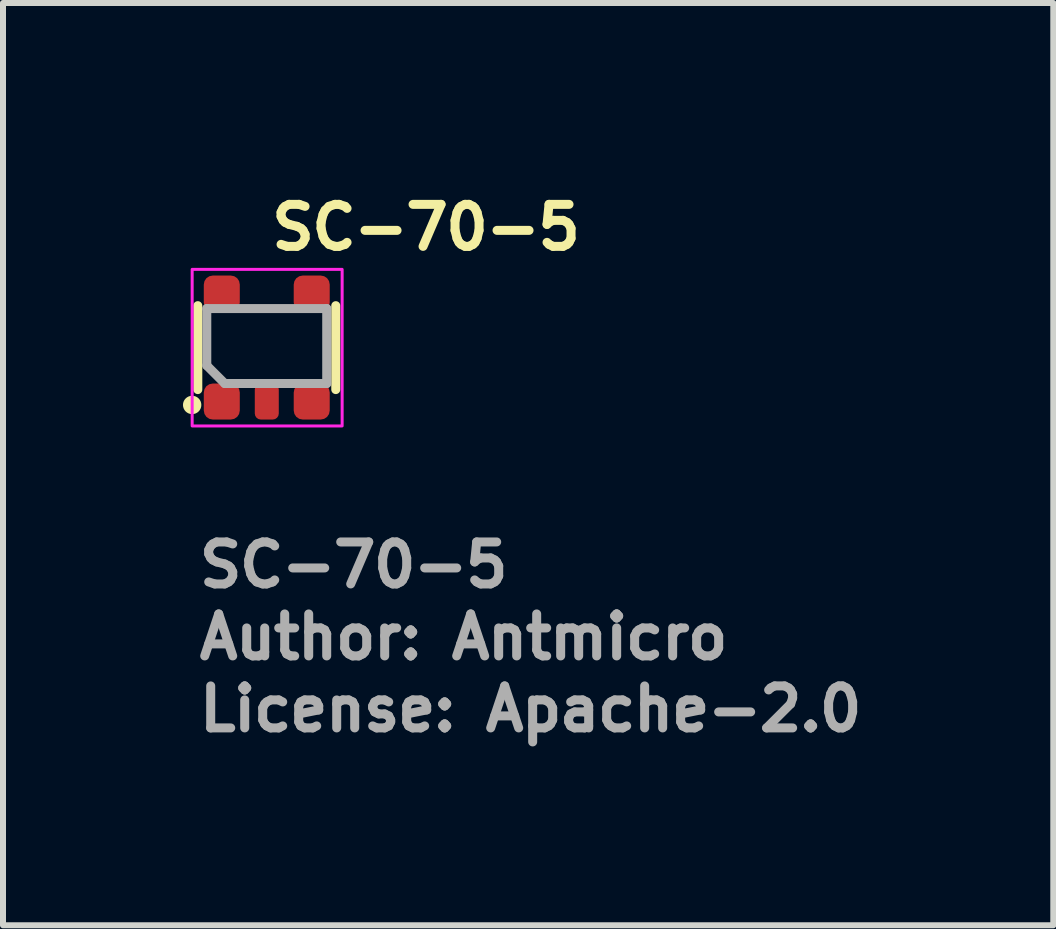
<source format=kicad_pcb>
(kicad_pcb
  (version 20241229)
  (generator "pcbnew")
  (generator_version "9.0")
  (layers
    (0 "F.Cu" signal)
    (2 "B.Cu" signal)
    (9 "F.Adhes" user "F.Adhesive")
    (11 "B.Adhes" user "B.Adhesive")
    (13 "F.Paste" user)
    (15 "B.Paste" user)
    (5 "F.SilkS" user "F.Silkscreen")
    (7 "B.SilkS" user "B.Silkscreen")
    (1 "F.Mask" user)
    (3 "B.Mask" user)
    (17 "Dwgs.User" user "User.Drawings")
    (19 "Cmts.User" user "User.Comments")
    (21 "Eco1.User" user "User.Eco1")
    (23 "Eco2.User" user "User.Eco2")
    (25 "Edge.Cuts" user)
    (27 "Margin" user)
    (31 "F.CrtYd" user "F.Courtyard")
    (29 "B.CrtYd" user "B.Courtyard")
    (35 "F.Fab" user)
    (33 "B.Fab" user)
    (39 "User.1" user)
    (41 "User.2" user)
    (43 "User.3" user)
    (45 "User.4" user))
  (footprint "SC-70-5"
    (layer "F.Cu")
    (at 1.403 2.75)
    (property "Reference" "SC-70-5" (at 0 -1.6 180) (layer "F.SilkS") (effects (font (size 0.7 0.7) (thickness 0.15)) (justify left bottom)))
    (attr smd)
    (fp_line (start -1.156 0.694) (end -1.156 -0.705) (stroke (width 0.15) (type solid)) (layer "F.SilkS"))
    (fp_line (start 1.144 0.694) (end 1.144 -0.705) (stroke (width 0.15) (type solid)) (layer "F.SilkS"))
    (fp_circle (center -1.25 0.95) (end -1.19 1) (stroke (width 0.15) (type solid)) (fill yes) (layer "F.SilkS"))
    (fp_rect (start 1.25 -1.31) (end -1.25 1.3) (stroke (width 0.05) (type solid)) (fill no) (layer "F.CrtYd"))
    (fp_line (start -1.006 -0.657) (end 0.993 -0.657) (stroke (width 0.15) (type solid)) (layer "F.Fab"))
    (fp_line (start -1.006 0.293) (end -1.006 -0.657) (stroke (width 0.15) (type solid)) (layer "F.Fab"))
    (fp_line (start -1.006 0.293) (end -0.706 0.593) (stroke (width 0.15) (type solid)) (layer "F.Fab"))
    (fp_line (start 0.993 -0.657) (end 0.993 0.593) (stroke (width 0.15) (type solid)) (layer "F.Fab"))
    (fp_line (start 0.993 0.593) (end -0.706 0.593) (stroke (width 0.15) (type solid)) (layer "F.Fab"))
    (fp_rect (start -1 -1.051) (end 0.998 1.048) (stroke (width 0.1) (type solid)) (fill no) (layer "User.5"))
    (fp_line (start -1 -0.626) (end -1 0.623) (stroke (width 0.02) (type solid)) (layer "User.9"))
    (fp_line (start -1 0.623) (end -0.763 0.623) (stroke (width 0.02) (type solid)) (layer "User.9"))
    (fp_line (start -0.964 -0.589) (end -1 -0.626) (stroke (width 0.02) (type solid)) (layer "User.9"))
    (fp_line (start -0.964 -0.589) (end -0.964 0.587) (stroke (width 0.02) (type solid)) (layer "User.9"))
    (fp_line (start -0.964 0.587) (end -1 0.623) (stroke (width 0.02) (type solid)) (layer "User.9"))
    (fp_line (start -0.964 0.587) (end 0.962 0.587) (stroke (width 0.02) (type solid)) (layer "User.9"))
    (fp_line (start -0.888 0.34) (end -0.888 0.348) (stroke (width 0.02) (type solid)) (layer "User.9"))
    (fp_line (start -0.888 0.348) (end -0.888 0.355) (stroke (width 0.02) (type solid)) (layer "User.9"))
    (fp_line (start -0.888 0.355) (end -0.887 0.363) (stroke (width 0.02) (type solid)) (layer "User.9"))
    (fp_line (start -0.887 0.332) (end -0.888 0.34) (stroke (width 0.02) (type solid)) (layer "User.9"))
    (fp_line (start -0.887 0.363) (end -0.886 0.371) (stroke (width 0.02) (type solid)) (layer "User.9"))
    (fp_line (start -0.886 0.324) (end -0.887 0.332) (stroke (width 0.02) (type solid)) (layer "User.9"))
    (fp_line (start -0.886 0.371) (end -0.884 0.379) (stroke (width 0.02) (type solid)) (layer "User.9"))
    (fp_line (start -0.884 0.315) (end -0.886 0.324) (stroke (width 0.02) (type solid)) (layer "User.9"))
    (fp_line (start -0.884 0.379) (end -0.881 0.388) (stroke (width 0.02) (type solid)) (layer "User.9"))
    (fp_line (start -0.881 0.307) (end -0.884 0.315) (stroke (width 0.02) (type solid)) (layer "User.9"))
    (fp_line (start -0.881 0.388) (end -0.879 0.396) (stroke (width 0.02) (type solid)) (layer "User.9"))
    (fp_line (start -0.879 0.3) (end -0.881 0.307) (stroke (width 0.02) (type solid)) (layer "User.9"))
    (fp_line (start -0.879 0.396) (end -0.875 0.403) (stroke (width 0.02) (type solid)) (layer "User.9"))
    (fp_line (start -0.875 0.292) (end -0.879 0.3) (stroke (width 0.02) (type solid)) (layer "User.9"))
    (fp_line (start -0.875 0.403) (end -0.871 0.411) (stroke (width 0.02) (type solid)) (layer "User.9"))
    (fp_line (start -0.871 0.286) (end -0.875 0.292) (stroke (width 0.02) (type solid)) (layer "User.9"))
    (fp_line (start -0.871 0.286) (end -0.871 0.286) (stroke (width 0.02) (type solid)) (layer "User.9"))
    (fp_line (start -0.871 0.411) (end -0.871 0.411) (stroke (width 0.02) (type solid)) (layer "User.9"))
    (fp_line (start -0.871 0.411) (end -0.869 0.414) (stroke (width 0.02) (type solid)) (layer "User.9"))
    (fp_line (start -0.869 0.414) (end -0.867 0.417) (stroke (width 0.02) (type solid)) (layer "User.9"))
    (fp_line (start -0.867 0.279) (end -0.871 0.286) (stroke (width 0.02) (type solid)) (layer "User.9"))
    (fp_line (start -0.867 0.417) (end -0.864 0.42) (stroke (width 0.02) (type solid)) (layer "User.9"))
    (fp_line (start -0.864 0.42) (end -0.862 0.423) (stroke (width 0.02) (type solid)) (layer "User.9"))
    (fp_line (start -0.862 0.272) (end -0.867 0.279) (stroke (width 0.02) (type solid)) (layer "User.9"))
    (fp_line (start -0.862 0.423) (end -0.859 0.427) (stroke (width 0.02) (type solid)) (layer "User.9"))
    (fp_line (start -0.859 0.427) (end -0.857 0.43) (stroke (width 0.02) (type solid)) (layer "User.9"))
    (fp_line (start -0.857 0.266) (end -0.862 0.272) (stroke (width 0.02) (type solid)) (layer "User.9"))
    (fp_line (start -0.857 0.43) (end -0.854 0.433) (stroke (width 0.02) (type solid)) (layer "User.9"))
    (fp_line (start -0.854 0.433) (end -0.851 0.436) (stroke (width 0.02) (type solid)) (layer "User.9"))
    (fp_line (start -0.851 0.26) (end -0.857 0.266) (stroke (width 0.02) (type solid)) (layer "User.9"))
    (fp_line (start -0.851 0.436) (end -0.848 0.439) (stroke (width 0.02) (type solid)) (layer "User.9"))
    (fp_line (start -0.848 0.439) (end -0.845 0.441) (stroke (width 0.02) (type solid)) (layer "User.9"))
    (fp_line (start -0.845 0.253) (end -0.851 0.26) (stroke (width 0.02) (type solid)) (layer "User.9"))
    (fp_line (start -0.845 0.441) (end -0.842 0.444) (stroke (width 0.02) (type solid)) (layer "User.9"))
    (fp_line (start -0.842 0.444) (end -0.839 0.446) (stroke (width 0.02) (type solid)) (layer "User.9"))
    (fp_line (start -0.839 0.248) (end -0.845 0.253) (stroke (width 0.02) (type solid)) (layer "User.9"))
    (fp_line (start -0.839 0.446) (end -0.836 0.45) (stroke (width 0.02) (type solid)) (layer "User.9"))
    (fp_line (start -0.836 0.45) (end -0.833 0.452) (stroke (width 0.02) (type solid)) (layer "User.9"))
    (fp_line (start -0.833 0.243) (end -0.839 0.248) (stroke (width 0.02) (type solid)) (layer "User.9"))
    (fp_line (start -0.833 0.452) (end -0.83 0.454) (stroke (width 0.02) (type solid)) (layer "User.9"))
    (fp_line (start -0.83 0.454) (end -0.826 0.456) (stroke (width 0.02) (type solid)) (layer "User.9"))
    (fp_line (start -0.826 0.239) (end -0.833 0.243) (stroke (width 0.02) (type solid)) (layer "User.9"))
    (fp_line (start -0.826 0.456) (end -0.823 0.458) (stroke (width 0.02) (type solid)) (layer "User.9"))
    (fp_line (start -0.823 0.458) (end -0.819 0.46) (stroke (width 0.02) (type solid)) (layer "User.9"))
    (fp_line (start -0.819 0.236) (end -0.826 0.239) (stroke (width 0.02) (type solid)) (layer "User.9"))
    (fp_line (start -0.819 0.46) (end -0.816 0.462) (stroke (width 0.02) (type solid)) (layer "User.9"))
    (fp_line (start -0.816 0.462) (end -0.812 0.464) (stroke (width 0.02) (type solid)) (layer "User.9"))
    (fp_line (start -0.812 0.233) (end -0.819 0.236) (stroke (width 0.02) (type solid)) (layer "User.9"))
    (fp_line (start -0.812 0.464) (end -0.808 0.465) (stroke (width 0.02) (type solid)) (layer "User.9"))
    (fp_line (start -0.808 0.465) (end -0.804 0.466) (stroke (width 0.02) (type solid)) (layer "User.9"))
    (fp_line (start -0.804 0.23) (end -0.812 0.233) (stroke (width 0.02) (type solid)) (layer "User.9"))
    (fp_line (start -0.804 0.466) (end -0.801 0.468) (stroke (width 0.02) (type solid)) (layer "User.9"))
    (fp_line (start -0.801 0.468) (end -0.797 0.469) (stroke (width 0.02) (type solid)) (layer "User.9"))
    (fp_line (start -0.797 0.227) (end -0.804 0.23) (stroke (width 0.02) (type solid)) (layer "User.9"))
    (fp_line (start -0.797 0.469) (end -0.793 0.47) (stroke (width 0.02) (type solid)) (layer "User.9"))
    (fp_line (start -0.793 0.47) (end -0.789 0.471) (stroke (width 0.02) (type solid)) (layer "User.9"))
    (fp_line (start -0.789 0.226) (end -0.797 0.227) (stroke (width 0.02) (type solid)) (layer "User.9"))
    (fp_line (start -0.789 0.471) (end -0.785 0.471) (stroke (width 0.02) (type solid)) (layer "User.9"))
    (fp_line (start -0.785 0.471) (end -0.781 0.472) (stroke (width 0.02) (type solid)) (layer "User.9"))
    (fp_line (start -0.781 0.224) (end -0.789 0.226) (stroke (width 0.02) (type solid)) (layer "User.9"))
    (fp_line (start -0.781 0.472) (end -0.776 0.473) (stroke (width 0.02) (type solid)) (layer "User.9"))
    (fp_line (start -0.776 0.473) (end -0.772 0.473) (stroke (width 0.02) (type solid)) (layer "User.9"))
    (fp_line (start -0.772 0.222) (end -0.781 0.224) (stroke (width 0.02) (type solid)) (layer "User.9"))
    (fp_line (start -0.772 0.473) (end -0.767 0.473) (stroke (width 0.02) (type solid)) (layer "User.9"))
    (fp_line (start -0.767 0.473) (end -0.763 0.473) (stroke (width 0.02) (type solid)) (layer "User.9"))
    (fp_line (start -0.763 -1.051) (end -0.763 -0.887) (stroke (width 0.02) (type solid)) (layer "User.9"))
    (fp_line (start -0.763 -0.887) (end -0.763 -0.837) (stroke (width 0.02) (type solid)) (layer "User.9"))
    (fp_line (start -0.763 -0.837) (end -0.763 -0.81) (stroke (width 0.02) (type solid)) (layer "User.9"))
    (fp_line (start -0.763 -0.81) (end -0.763 -0.66) (stroke (width 0.02) (type solid)) (layer "User.9"))
    (fp_line (start -0.763 -0.66) (end -0.763 -0.604) (stroke (width 0.02) (type solid)) (layer "User.9"))
    (fp_line (start -0.763 -0.626) (end -1 -0.626) (stroke (width 0.02) (type solid)) (layer "User.9"))
    (fp_line (start -0.763 0.222) (end -0.772 0.222) (stroke (width 0.02) (type solid)) (layer "User.9"))
    (fp_line (start -0.763 0.473) (end -0.755 0.473) (stroke (width 0.02) (type solid)) (layer "User.9"))
    (fp_line (start -0.763 0.658) (end -0.763 0.602) (stroke (width 0.02) (type solid)) (layer "User.9"))
    (fp_line (start -0.763 0.808) (end -0.763 0.658) (stroke (width 0.02) (type solid)) (layer "User.9"))
    (fp_line (start -0.763 0.835) (end -0.763 0.808) (stroke (width 0.02) (type solid)) (layer "User.9"))
    (fp_line (start -0.763 0.885) (end -0.763 0.835) (stroke (width 0.02) (type solid)) (layer "User.9"))
    (fp_line (start -0.763 1.048) (end -0.763 0.885) (stroke (width 0.02) (type solid)) (layer "User.9"))
    (fp_line (start -0.763 1.048) (end -0.539 1.048) (stroke (width 0.02) (type solid)) (layer "User.9"))
    (fp_line (start -0.759 0.222) (end -0.763 0.222) (stroke (width 0.02) (type solid)) (layer "User.9"))
    (fp_line (start -0.755 0.222) (end -0.759 0.222) (stroke (width 0.02) (type solid)) (layer "User.9"))
    (fp_line (start -0.755 0.473) (end -0.746 0.472) (stroke (width 0.02) (type solid)) (layer "User.9"))
    (fp_line (start -0.751 0.224) (end -0.755 0.222) (stroke (width 0.02) (type solid)) (layer "User.9"))
    (fp_line (start -0.746 0.224) (end -0.751 0.224) (stroke (width 0.02) (type solid)) (layer "User.9"))
    (fp_line (start -0.746 0.472) (end -0.738 0.471) (stroke (width 0.02) (type solid)) (layer "User.9"))
    (fp_line (start -0.742 0.225) (end -0.746 0.224) (stroke (width 0.02) (type solid)) (layer "User.9"))
    (fp_line (start -0.738 0.226) (end -0.742 0.225) (stroke (width 0.02) (type solid)) (layer "User.9"))
    (fp_line (start -0.738 0.471) (end -0.73 0.469) (stroke (width 0.02) (type solid)) (layer "User.9"))
    (fp_line (start -0.734 0.226) (end -0.738 0.226) (stroke (width 0.02) (type solid)) (layer "User.9"))
    (fp_line (start -0.73 0.227) (end -0.734 0.226) (stroke (width 0.02) (type solid)) (layer "User.9"))
    (fp_line (start -0.73 0.469) (end -0.723 0.466) (stroke (width 0.02) (type solid)) (layer "User.9"))
    (fp_line (start -0.726 0.229) (end -0.73 0.227) (stroke (width 0.02) (type solid)) (layer "User.9"))
    (fp_line (start -0.723 0.23) (end -0.726 0.229) (stroke (width 0.02) (type solid)) (layer "User.9"))
    (fp_line (start -0.723 0.466) (end -0.715 0.464) (stroke (width 0.02) (type solid)) (layer "User.9"))
    (fp_line (start -0.719 0.231) (end -0.723 0.23) (stroke (width 0.02) (type solid)) (layer "User.9"))
    (fp_line (start -0.715 0.233) (end -0.719 0.231) (stroke (width 0.02) (type solid)) (layer "User.9"))
    (fp_line (start -0.715 0.464) (end -0.708 0.46) (stroke (width 0.02) (type solid)) (layer "User.9"))
    (fp_line (start -0.711 0.234) (end -0.715 0.233) (stroke (width 0.02) (type solid)) (layer "User.9"))
    (fp_line (start -0.708 0.236) (end -0.711 0.234) (stroke (width 0.02) (type solid)) (layer "User.9"))
    (fp_line (start -0.708 0.46) (end -0.701 0.456) (stroke (width 0.02) (type solid)) (layer "User.9"))
    (fp_line (start -0.704 0.238) (end -0.708 0.236) (stroke (width 0.02) (type solid)) (layer "User.9"))
    (fp_line (start -0.701 0.239) (end -0.704 0.238) (stroke (width 0.02) (type solid)) (layer "User.9"))
    (fp_line (start -0.701 0.456) (end -0.695 0.452) (stroke (width 0.02) (type solid)) (layer "User.9"))
    (fp_line (start -0.698 0.241) (end -0.701 0.239) (stroke (width 0.02) (type solid)) (layer "User.9"))
    (fp_line (start -0.695 0.243) (end -0.698 0.241) (stroke (width 0.02) (type solid)) (layer "User.9"))
    (fp_line (start -0.695 0.452) (end -0.688 0.446) (stroke (width 0.02) (type solid)) (layer "User.9"))
    (fp_line (start -0.691 0.245) (end -0.695 0.243) (stroke (width 0.02) (type solid)) (layer "User.9"))
    (fp_line (start -0.688 0.248) (end -0.691 0.245) (stroke (width 0.02) (type solid)) (layer "User.9"))
    (fp_line (start -0.688 0.446) (end -0.682 0.441) (stroke (width 0.02) (type solid)) (layer "User.9"))
    (fp_line (start -0.685 0.25) (end -0.688 0.248) (stroke (width 0.02) (type solid)) (layer "User.9"))
    (fp_line (start -0.682 0.253) (end -0.685 0.25) (stroke (width 0.02) (type solid)) (layer "User.9"))
    (fp_line (start -0.682 0.441) (end -0.676 0.436) (stroke (width 0.02) (type solid)) (layer "User.9"))
    (fp_line (start -0.679 0.257) (end -0.682 0.253) (stroke (width 0.02) (type solid)) (layer "User.9"))
    (fp_line (start -0.676 0.26) (end -0.679 0.257) (stroke (width 0.02) (type solid)) (layer "User.9"))
    (fp_line (start -0.676 0.436) (end -0.67 0.43) (stroke (width 0.02) (type solid)) (layer "User.9"))
    (fp_line (start -0.673 0.263) (end -0.676 0.26) (stroke (width 0.02) (type solid)) (layer "User.9"))
    (fp_line (start -0.67 0.266) (end -0.673 0.263) (stroke (width 0.02) (type solid)) (layer "User.9"))
    (fp_line (start -0.67 0.43) (end -0.665 0.423) (stroke (width 0.02) (type solid)) (layer "User.9"))
    (fp_line (start -0.668 0.269) (end -0.67 0.266) (stroke (width 0.02) (type solid)) (layer "User.9"))
    (fp_line (start -0.665 0.272) (end -0.668 0.269) (stroke (width 0.02) (type solid)) (layer "User.9"))
    (fp_line (start -0.665 0.423) (end -0.66 0.417) (stroke (width 0.02) (type solid)) (layer "User.9"))
    (fp_line (start -0.663 0.275) (end -0.665 0.272) (stroke (width 0.02) (type solid)) (layer "User.9"))
    (fp_line (start -0.66 0.279) (end -0.663 0.275) (stroke (width 0.02) (type solid)) (layer "User.9"))
    (fp_line (start -0.66 0.417) (end -0.656 0.411) (stroke (width 0.02) (type solid)) (layer "User.9"))
    (fp_line (start -0.658 0.282) (end -0.66 0.279) (stroke (width 0.02) (type solid)) (layer "User.9"))
    (fp_line (start -0.656 0.286) (end -0.658 0.282) (stroke (width 0.02) (type solid)) (layer "User.9"))
    (fp_line (start -0.656 0.286) (end -0.656 0.286) (stroke (width 0.02) (type solid)) (layer "User.9"))
    (fp_line (start -0.656 0.411) (end -0.656 0.411) (stroke (width 0.02) (type solid)) (layer "User.9"))
    (fp_line (start -0.656 0.411) (end -0.652 0.403) (stroke (width 0.02) (type solid)) (layer "User.9"))
    (fp_line (start -0.652 0.292) (end -0.656 0.286) (stroke (width 0.02) (type solid)) (layer "User.9"))
    (fp_line (start -0.652 0.403) (end -0.648 0.396) (stroke (width 0.02) (type solid)) (layer "User.9"))
    (fp_line (start -0.648 0.3) (end -0.652 0.292) (stroke (width 0.02) (type solid)) (layer "User.9"))
    (fp_line (start -0.648 0.396) (end -0.646 0.388) (stroke (width 0.02) (type solid)) (layer "User.9"))
    (fp_line (start -0.646 0.307) (end -0.648 0.3) (stroke (width 0.02) (type solid)) (layer "User.9"))
    (fp_line (start -0.646 0.388) (end -0.643 0.379) (stroke (width 0.02) (type solid)) (layer "User.9"))
    (fp_line (start -0.643 0.315) (end -0.646 0.307) (stroke (width 0.02) (type solid)) (layer "User.9"))
    (fp_line (start -0.643 0.379) (end -0.64 0.371) (stroke (width 0.02) (type solid)) (layer "User.9"))
    (fp_line (start -0.64 0.324) (end -0.643 0.315) (stroke (width 0.02) (type solid)) (layer "User.9"))
    (fp_line (start -0.64 0.371) (end -0.639 0.363) (stroke (width 0.02) (type solid)) (layer "User.9"))
    (fp_line (start -0.639 0.332) (end -0.64 0.324) (stroke (width 0.02) (type solid)) (layer "User.9"))
    (fp_line (start -0.639 0.363) (end -0.638 0.355) (stroke (width 0.02) (type solid)) (layer "User.9"))
    (fp_line (start -0.638 0.34) (end -0.639 0.332) (stroke (width 0.02) (type solid)) (layer "User.9"))
    (fp_line (start -0.638 0.348) (end -0.638 0.34) (stroke (width 0.02) (type solid)) (layer "User.9"))
    (fp_line (start -0.638 0.355) (end -0.638 0.348) (stroke (width 0.02) (type solid)) (layer "User.9"))
    (fp_line (start -0.539 -1.051) (end -0.763 -1.051) (stroke (width 0.02) (type solid)) (layer "User.9"))
    (fp_line (start -0.539 -1.051) (end -0.539 -0.887) (stroke (width 0.02) (type solid)) (layer "User.9"))
    (fp_line (start -0.539 -0.887) (end -0.539 -0.837) (stroke (width 0.02) (type solid)) (layer "User.9"))
    (fp_line (start -0.539 -0.837) (end -0.539 -0.81) (stroke (width 0.02) (type solid)) (layer "User.9"))
    (fp_line (start -0.539 -0.81) (end -0.539 -0.66) (stroke (width 0.02) (type solid)) (layer "User.9"))
    (fp_line (start -0.539 -0.66) (end -0.539 -0.604) (stroke (width 0.02) (type solid)) (layer "User.9"))
    (fp_line (start -0.539 -0.604) (end -0.763 -0.604) (stroke (width 0.02) (type solid)) (layer "User.9"))
    (fp_line (start -0.539 0.602) (end -0.763 0.602) (stroke (width 0.02) (type solid)) (layer "User.9"))
    (fp_line (start -0.539 0.623) (end -0.114 0.623) (stroke (width 0.02) (type solid)) (layer "User.9"))
    (fp_line (start -0.539 0.658) (end -0.539 0.602) (stroke (width 0.02) (type solid)) (layer "User.9"))
    (fp_line (start -0.539 0.808) (end -0.539 0.658) (stroke (width 0.02) (type solid)) (layer "User.9"))
    (fp_line (start -0.539 0.835) (end -0.539 0.808) (stroke (width 0.02) (type solid)) (layer "User.9"))
    (fp_line (start -0.539 0.885) (end -0.539 0.835) (stroke (width 0.02) (type solid)) (layer "User.9"))
    (fp_line (start -0.539 1.048) (end -0.539 0.885) (stroke (width 0.02) (type solid)) (layer "User.9"))
    (fp_line (start -0.114 -0.626) (end -0.539 -0.626) (stroke (width 0.02) (type solid)) (layer "User.9"))
    (fp_line (start -0.114 -0.626) (end 0.112 -0.626) (stroke (width 0.02) (type solid)) (layer "User.9"))
    (fp_line (start -0.114 -0.604) (end -0.114 -0.626) (stroke (width 0.02) (type solid)) (layer "User.9"))
    (fp_line (start -0.114 -0.604) (end -0.114 -0.626) (stroke (width 0.02) (type solid)) (layer "User.9"))
    (fp_line (start -0.114 0.658) (end -0.114 0.602) (stroke (width 0.02) (type solid)) (layer "User.9"))
    (fp_line (start -0.114 0.808) (end -0.114 0.658) (stroke (width 0.02) (type solid)) (layer "User.9"))
    (fp_line (start -0.114 0.835) (end -0.114 0.808) (stroke (width 0.02) (type solid)) (layer "User.9"))
    (fp_line (start -0.114 0.885) (end -0.114 0.835) (stroke (width 0.02) (type solid)) (layer "User.9"))
    (fp_line (start -0.114 1.048) (end -0.114 0.885) (stroke (width 0.02) (type solid)) (layer "User.9"))
    (fp_line (start -0.114 1.048) (end 0.112 1.048) (stroke (width 0.02) (type solid)) (layer "User.9"))
    (fp_line (start 0.112 -0.626) (end 0.112 -0.604) (stroke (width 0.02) (type solid)) (layer "User.9"))
    (fp_line (start 0.112 -0.604) (end -0.114 -0.604) (stroke (width 0.02) (type solid)) (layer "User.9"))
    (fp_line (start 0.112 -0.604) (end 0.112 -0.626) (stroke (width 0.02) (type solid)) (layer "User.9"))
    (fp_line (start 0.112 0.602) (end -0.114 0.602) (stroke (width 0.02) (type solid)) (layer "User.9"))
    (fp_line (start 0.112 0.623) (end 0.537 0.623) (stroke (width 0.02) (type solid)) (layer "User.9"))
    (fp_line (start 0.112 0.658) (end 0.112 0.602) (stroke (width 0.02) (type solid)) (layer "User.9"))
    (fp_line (start 0.112 0.808) (end 0.112 0.658) (stroke (width 0.02) (type solid)) (layer "User.9"))
    (fp_line (start 0.112 0.835) (end 0.112 0.808) (stroke (width 0.02) (type solid)) (layer "User.9"))
    (fp_line (start 0.112 0.885) (end 0.112 0.835) (stroke (width 0.02) (type solid)) (layer "User.9"))
    (fp_line (start 0.112 1.048) (end 0.112 0.885) (stroke (width 0.02) (type solid)) (layer "User.9"))
    (fp_line (start 0.537 -1.051) (end 0.537 -0.887) (stroke (width 0.02) (type solid)) (layer "User.9"))
    (fp_line (start 0.537 -0.887) (end 0.537 -0.837) (stroke (width 0.02) (type solid)) (layer "User.9"))
    (fp_line (start 0.537 -0.837) (end 0.537 -0.81) (stroke (width 0.02) (type solid)) (layer "User.9"))
    (fp_line (start 0.537 -0.81) (end 0.537 -0.66) (stroke (width 0.02) (type solid)) (layer "User.9"))
    (fp_line (start 0.537 -0.66) (end 0.537 -0.604) (stroke (width 0.02) (type solid)) (layer "User.9"))
    (fp_line (start 0.537 -0.626) (end 0.112 -0.626) (stroke (width 0.02) (type solid)) (layer "User.9"))
    (fp_line (start 0.537 0.658) (end 0.537 0.602) (stroke (width 0.02) (type solid)) (layer "User.9"))
    (fp_line (start 0.537 0.808) (end 0.537 0.658) (stroke (width 0.02) (type solid)) (layer "User.9"))
    (fp_line (start 0.537 0.835) (end 0.537 0.808) (stroke (width 0.02) (type solid)) (layer "User.9"))
    (fp_line (start 0.537 0.885) (end 0.537 0.835) (stroke (width 0.02) (type solid)) (layer "User.9"))
    (fp_line (start 0.537 1.048) (end 0.537 0.885) (stroke (width 0.02) (type solid)) (layer "User.9"))
    (fp_line (start 0.537 1.048) (end 0.761 1.048) (stroke (width 0.02) (type solid)) (layer "User.9"))
    (fp_line (start 0.761 -1.051) (end 0.537 -1.051) (stroke (width 0.02) (type solid)) (layer "User.9"))
    (fp_line (start 0.761 -1.051) (end 0.761 -0.887) (stroke (width 0.02) (type solid)) (layer "User.9"))
    (fp_line (start 0.761 -0.887) (end 0.761 -0.837) (stroke (width 0.02) (type solid)) (layer "User.9"))
    (fp_line (start 0.761 -0.837) (end 0.761 -0.81) (stroke (width 0.02) (type solid)) (layer "User.9"))
    (fp_line (start 0.761 -0.81) (end 0.761 -0.66) (stroke (width 0.02) (type solid)) (layer "User.9"))
    (fp_line (start 0.761 -0.66) (end 0.761 -0.604) (stroke (width 0.02) (type solid)) (layer "User.9"))
    (fp_line (start 0.761 -0.604) (end 0.537 -0.604) (stroke (width 0.02) (type solid)) (layer "User.9"))
    (fp_line (start 0.761 0.602) (end 0.537 0.602) (stroke (width 0.02) (type solid)) (layer "User.9"))
    (fp_line (start 0.761 0.623) (end 0.998 0.623) (stroke (width 0.02) (type solid)) (layer "User.9"))
    (fp_line (start 0.761 0.658) (end 0.761 0.602) (stroke (width 0.02) (type solid)) (layer "User.9"))
    (fp_line (start 0.761 0.808) (end 0.761 0.658) (stroke (width 0.02) (type solid)) (layer "User.9"))
    (fp_line (start 0.761 0.835) (end 0.761 0.808) (stroke (width 0.02) (type solid)) (layer "User.9"))
    (fp_line (start 0.761 0.885) (end 0.761 0.835) (stroke (width 0.02) (type solid)) (layer "User.9"))
    (fp_line (start 0.761 1.048) (end 0.761 0.885) (stroke (width 0.02) (type solid)) (layer "User.9"))
    (fp_line (start 0.962 -0.589) (end -0.964 -0.589) (stroke (width 0.02) (type solid)) (layer "User.9"))
    (fp_line (start 0.962 -0.589) (end 0.998 -0.626) (stroke (width 0.02) (type solid)) (layer "User.9"))
    (fp_line (start 0.962 0.587) (end 0.962 -0.589) (stroke (width 0.02) (type solid)) (layer "User.9"))
    (fp_line (start 0.962 0.587) (end 0.998 0.623) (stroke (width 0.02) (type solid)) (layer "User.9"))
    (fp_line (start 0.998 -0.626) (end 0.761 -0.626) (stroke (width 0.02) (type solid)) (layer "User.9"))
    (fp_line (start 0.998 0.623) (end 0.998 -0.626) (stroke (width 0.02) (type solid)) (layer "User.9"))
    (fp_text user "License: Apache-2.0" (at -1.206 6.427 0) (layer "F.Fab") (effects (font (size 0.7 0.7) (thickness 0.15)) (justify left bottom)))
    (fp_text user "${REFERENCE}" (at -1.206 4.027 0) (layer "F.Fab") (effects (font (size 0.7 0.7) (thickness 0.15)) (justify left bottom)))
    (fp_text user "Author: Antmicro" (at -1.206 5.227 0) (layer "F.Fab") (effects (font (size 0.7 0.7) (thickness 0.15)) (justify left bottom)))
    (pad "1" smd roundrect (at -0.756 0.893 90) (size 0.6 0.6) (layers "F.Cu" "F.Mask" "F.Paste") (roundrect_rratio 0.25))
    (pad "2" smd roundrect (at -0.006 0.893 90) (size 0.6 0.4) (layers "F.Cu" "F.Mask" "F.Paste") (roundrect_rratio 0.25))
    (pad "3" smd roundrect (at 0.743 0.893 90) (size 0.6 0.6) (layers "F.Cu" "F.Mask" "F.Paste") (roundrect_rratio 0.25))
    (pad "4" smd roundrect (at 0.743 -0.907 90) (size 0.6 0.6) (layers "F.Cu" "F.Mask" "F.Paste") (roundrect_rratio 0.25))
    (pad "5" smd roundrect (at -0.756 -0.907 90) (size 0.6 0.6) (layers "F.Cu" "F.Mask" "F.Paste") (roundrect_rratio 0.25)))
  (gr_rect
    (start -3 -3)
    (end 14.507 12.373)
    (stroke (width 0.1) (type default))
    (fill no)
    (layer "Edge.Cuts")))
</source>
